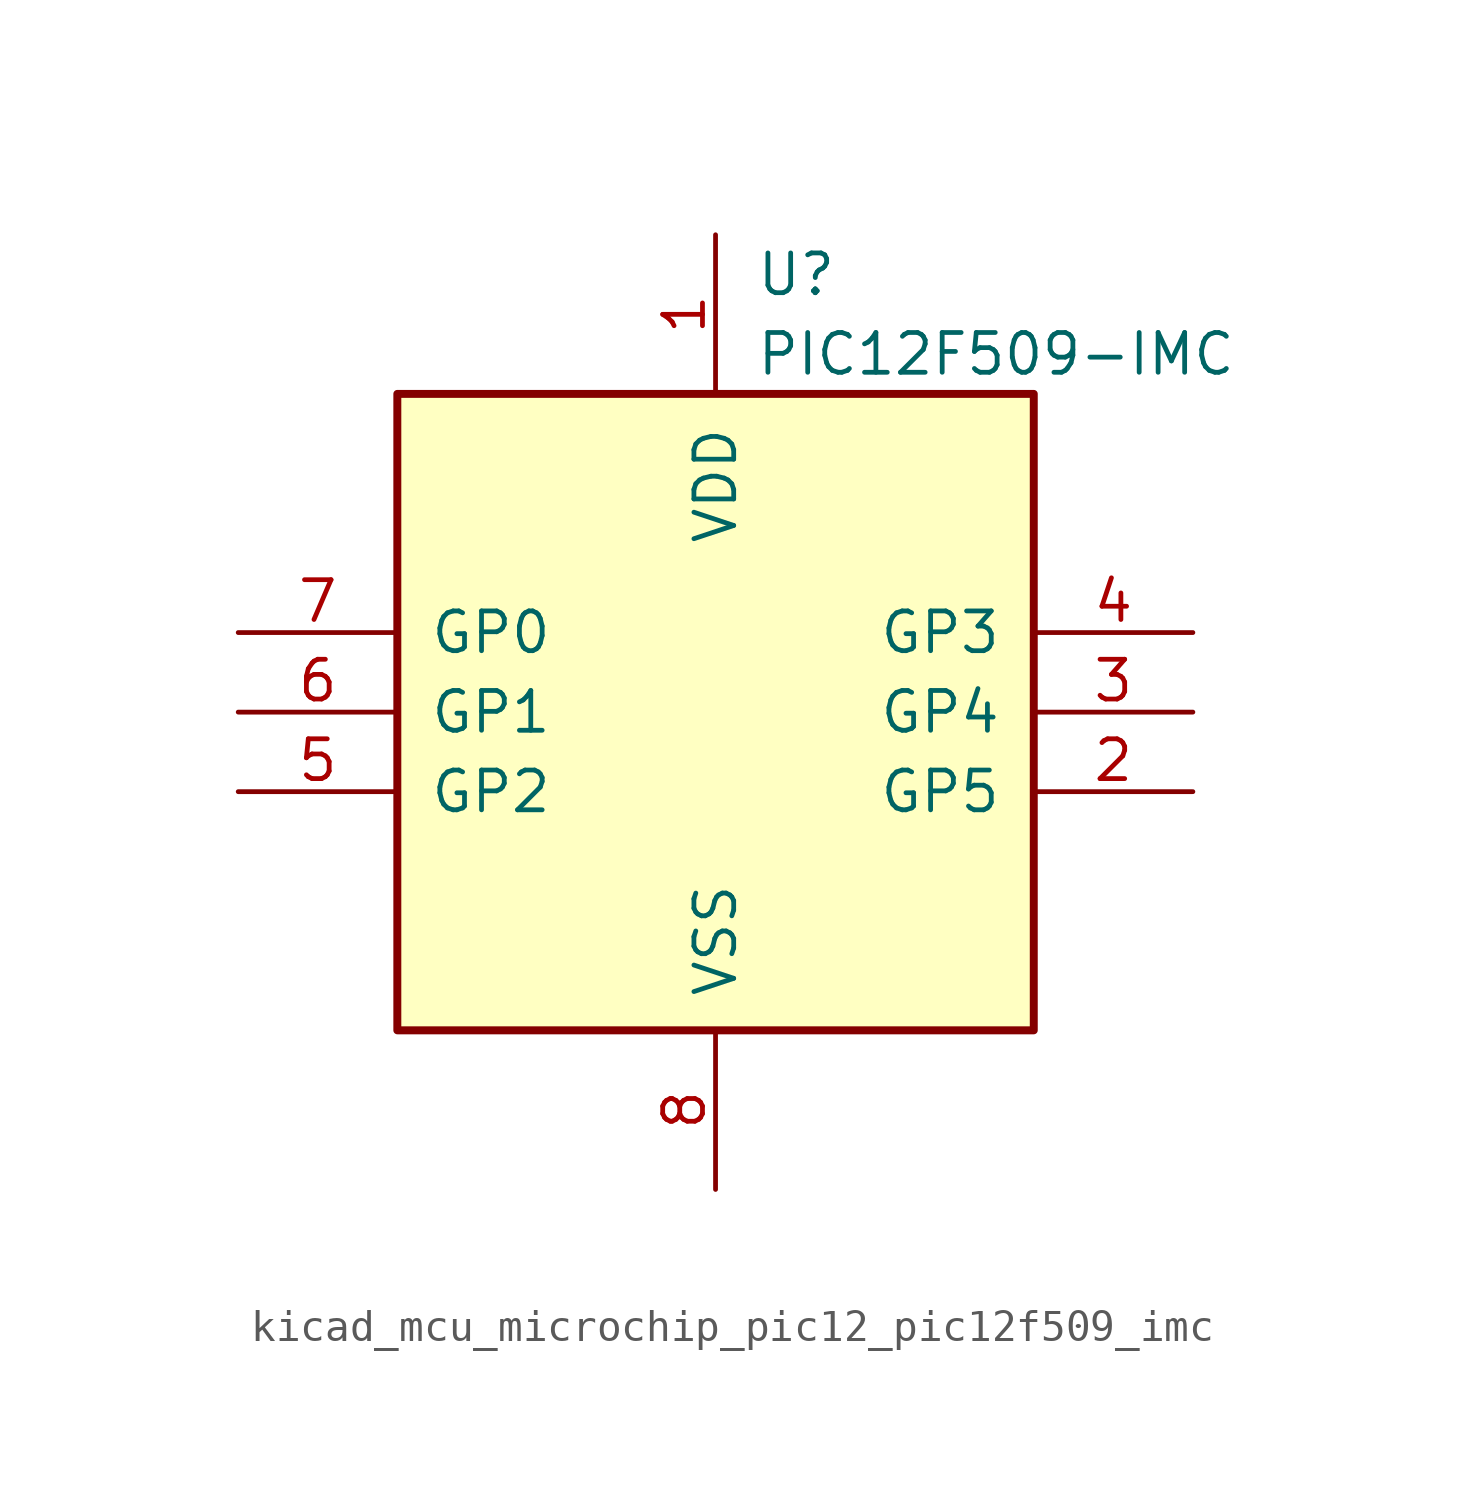
<source format=kicad_sym>
(kicad_symbol_lib
  (version 20220914)
  (generator kicad_symbol_editor)
  (symbol "kicad_mcu_microchip_pic12_pic12f509_imc"
    (pin_names
      (offset 1.016))
    (property "Reference" "U"
      (at 1.27 13.97 0)
      (effects (font (size 1.27 1.27)) (justify left)))
    (property "Value" "PIC12F509-IMC"
      (at 1.27 11.43 0)
      (effects (font (size 1.27 1.27)) (justify left)))
    (symbol "kicad_mcu_microchip_pic12_pic12f509_imc_0_1"
      (rectangle (start 10.16 -10.16) (end -10.16 10.16) (stroke (width 0.254) (type default)) (fill (type background))))
    (symbol "kicad_mcu_microchip_pic12_pic12f509_imc_1_1"
      (pin power_in line (at 0 15.24 270) (length 5.08) (name "VDD" (effects (font (size 1.27 1.27)))) (number "1" (effects (font (size 1.27 1.27)))))
      (pin bidirectional line (at 15.24 -2.54 180) (length 5.08) (name "GP5" (effects (font (size 1.27 1.27)))) (number "2" (effects (font (size 1.27 1.27)))))
      (pin bidirectional line (at 15.24 0 180) (length 5.08) (name "GP4" (effects (font (size 1.27 1.27)))) (number "3" (effects (font (size 1.27 1.27)))))
      (pin input line (at 15.24 2.54 180) (length 5.08) (name "GP3" (effects (font (size 1.27 1.27)))) (number "4" (effects (font (size 1.27 1.27)))))
      (pin bidirectional line (at -15.24 -2.54 0) (length 5.08) (name "GP2" (effects (font (size 1.27 1.27)))) (number "5" (effects (font (size 1.27 1.27)))))
      (pin bidirectional line (at -15.24 0 0) (length 5.08) (name "GP1" (effects (font (size 1.27 1.27)))) (number "6" (effects (font (size 1.27 1.27)))))
      (pin bidirectional line (at -15.24 2.54 0) (length 5.08) (name "GP0" (effects (font (size 1.27 1.27)))) (number "7" (effects (font (size 1.27 1.27)))))
      (pin power_in line (at 0 -15.24 90) (length 5.08) (name "VSS" (effects (font (size 1.27 1.27)))) (number "8" (effects (font (size 1.27 1.27))))))))
</source>
